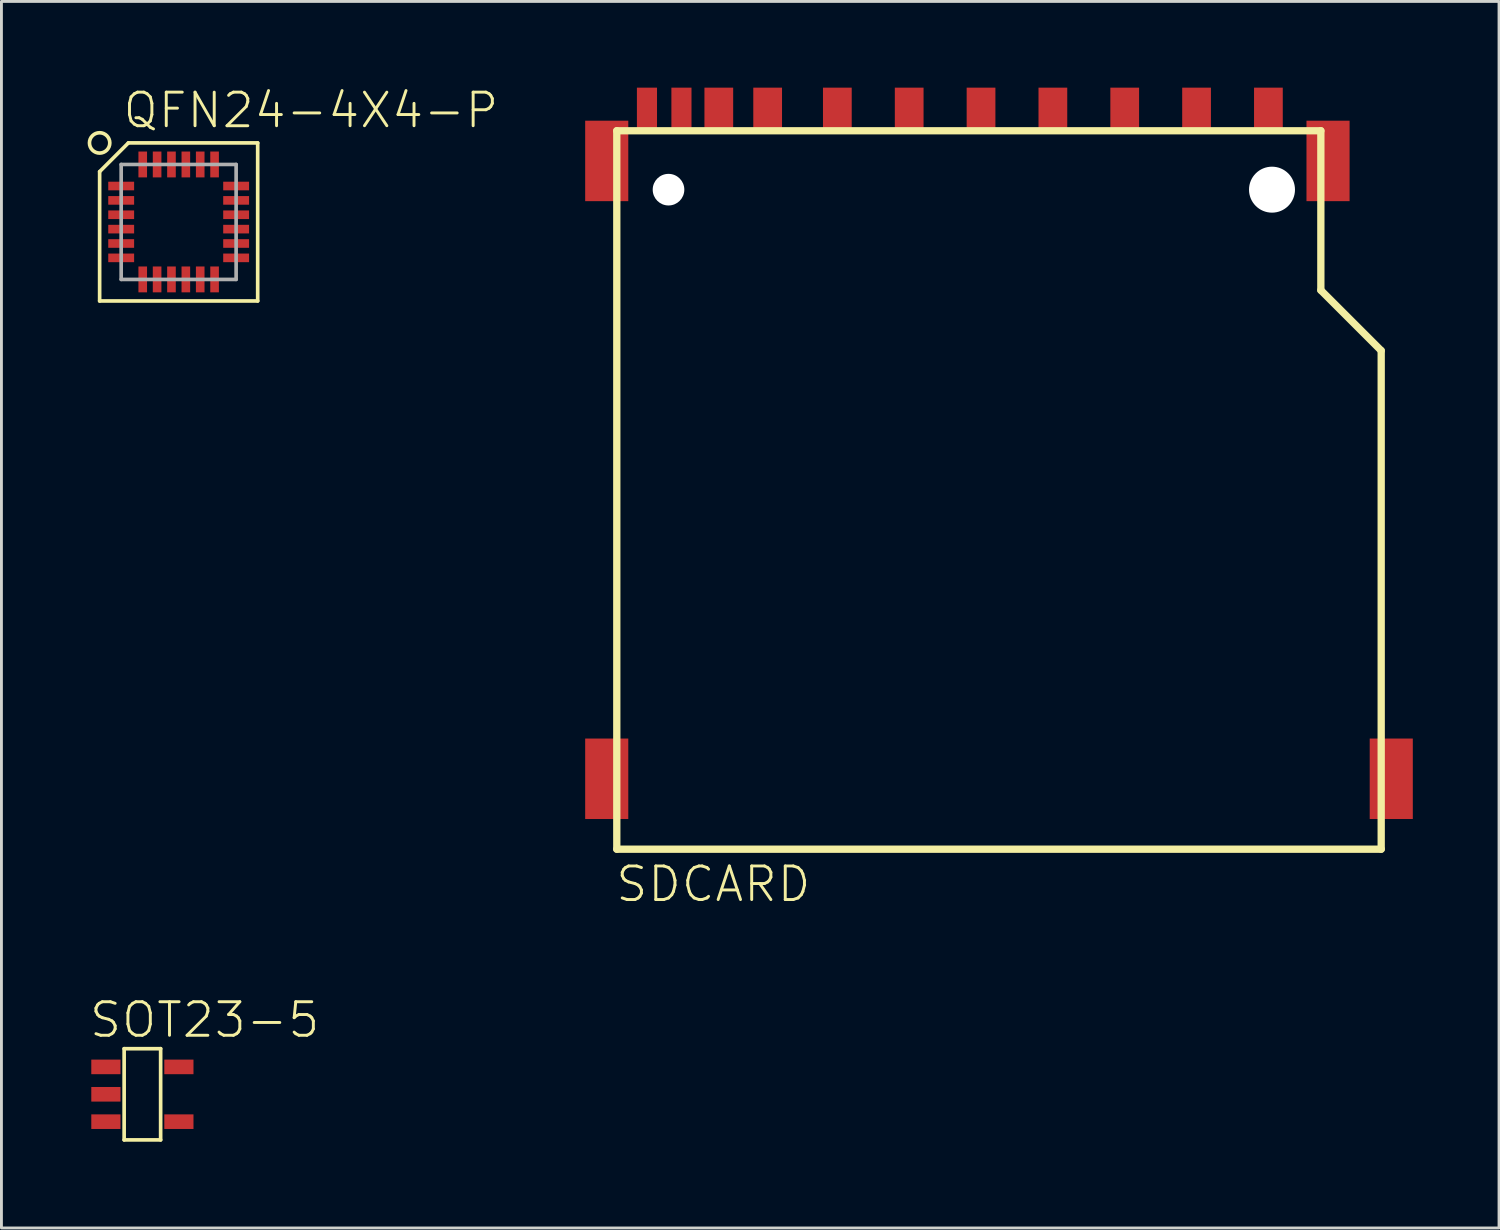
<source format=kicad_pcb>
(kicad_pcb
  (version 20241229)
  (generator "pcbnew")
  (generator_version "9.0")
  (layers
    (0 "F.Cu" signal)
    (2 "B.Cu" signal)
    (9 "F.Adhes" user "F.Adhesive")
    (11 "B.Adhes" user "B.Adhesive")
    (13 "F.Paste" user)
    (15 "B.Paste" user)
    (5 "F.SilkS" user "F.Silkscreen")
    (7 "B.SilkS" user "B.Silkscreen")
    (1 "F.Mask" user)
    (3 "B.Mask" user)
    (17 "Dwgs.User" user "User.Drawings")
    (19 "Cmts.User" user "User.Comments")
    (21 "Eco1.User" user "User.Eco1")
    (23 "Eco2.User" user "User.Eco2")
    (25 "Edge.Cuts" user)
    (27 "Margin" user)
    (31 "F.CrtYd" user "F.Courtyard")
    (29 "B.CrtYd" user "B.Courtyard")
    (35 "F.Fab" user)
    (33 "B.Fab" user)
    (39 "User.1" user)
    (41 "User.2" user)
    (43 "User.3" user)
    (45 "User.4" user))
  (footprint "SDCARD"
    (layer "F.Cu")
    (at 31.713 1.5)
    (property "Reference" "SDCARD" (at -13.4 26.9 0) (unlocked yes) (layer "F.SilkS") (effects (font (size 1.168 1.168) (thickness 0.102)) (justify left bottom)))
    (fp_line (start -13.3 0) (end -13.3 25) (stroke (width 0.254) (type solid)) (layer "F.SilkS"))
    (fp_line (start -13.3 25) (end 13.3 25) (stroke (width 0.254) (type solid)) (layer "F.SilkS"))
    (fp_line (start 11.2 0) (end -13.3 0) (stroke (width 0.254) (type solid)) (layer "F.SilkS"))
    (fp_line (start 11.2 0) (end 11.2 5.55) (stroke (width 0.254) (type solid)) (layer "F.SilkS"))
    (fp_line (start 11.2 5.55) (end 13.3 7.65) (stroke (width 0.254) (type solid)) (layer "F.SilkS"))
    (fp_line (start 13.3 25) (end 13.3 7.65) (stroke (width 0.254) (type solid)) (layer "F.SilkS"))
    (pad "" np_thru_hole circle (at -11.5 2.05) (size 1.1 1.1) (drill 1.1) (layers "*.Cu" "*.Mask"))
    (pad "" np_thru_hole circle (at 9.5 2.05) (size 1.6 1.6) (drill 1.6) (layers "*.Cu" "*.Mask"))
    (pad "1" smd rect (at 6.875 -0.75) (size 1 1.5) (layers "F.Cu" "F.Mask" "F.Paste"))
    (pad "2" smd rect (at 4.375 -0.75) (size 1 1.5) (layers "F.Cu" "F.Mask" "F.Paste"))
    (pad "3" smd rect (at 1.875 -0.75) (size 1 1.5) (layers "F.Cu" "F.Mask" "F.Paste"))
    (pad "4" smd rect (at -0.625 -0.75) (size 1 1.5) (layers "F.Cu" "F.Mask" "F.Paste"))
    (pad "5" smd rect (at -3.125 -0.75) (size 1 1.5) (layers "F.Cu" "F.Mask" "F.Paste"))
    (pad "6" smd rect (at -5.625 -0.75) (size 1 1.5) (layers "F.Cu" "F.Mask" "F.Paste"))
    (pad "7" smd rect (at -8.05 -0.75) (size 1 1.5) (layers "F.Cu" "F.Mask" "F.Paste"))
    (pad "8" smd rect (at -9.75 -0.75) (size 1 1.5) (layers "F.Cu" "F.Mask" "F.Paste"))
    (pad "9" smd rect (at 9.375 -0.75) (size 1 1.5) (layers "F.Cu" "F.Mask" "F.Paste"))
    (pad "CD" smd rect (at -11.05 -0.75) (size 0.7 1.5) (layers "F.Cu" "F.Mask" "F.Paste"))
    (pad "COM1" smd rect (at -13.65 1.05 90) (size 2.8 1.5) (layers "F.Cu" "F.Mask" "F.Paste"))
    (pad "COM2" smd rect (at 11.45 1.05 90) (size 2.8 1.5) (layers "F.Cu" "F.Mask" "F.Paste"))
    (pad "COM3" smd rect (at -13.65 22.55 90) (size 2.8 1.5) (layers "F.Cu" "F.Mask" "F.Paste"))
    (pad "COM4" smd rect (at 13.65 22.55 90) (size 2.8 1.5) (layers "F.Cu" "F.Mask" "F.Paste"))
    (pad "WP" smd rect (at -12.25 -0.75) (size 0.7 1.5) (layers "F.Cu" "F.Mask" "F.Paste")))
  (footprint "SOT23-5"
    (layer "F.Cu")
    (at 1.905 35.029)
    (property "Reference" "SOT23-5" (at -1.905 -1.905 0) (unlocked yes) (layer "F.SilkS") (effects (font (size 1.168 1.168) (thickness 0.102)) (justify left bottom)))
    (fp_line (start -0.635 -1.587) (end 0.635 -1.587) (stroke (width 0.127) (type solid)) (layer "F.SilkS"))
    (fp_line (start -0.635 1.587) (end -0.635 -1.587) (stroke (width 0.127) (type solid)) (layer "F.SilkS"))
    (fp_line (start 0.635 -1.587) (end 0.635 1.587) (stroke (width 0.127) (type solid)) (layer "F.SilkS"))
    (fp_line (start 0.635 1.587) (end -0.635 1.587) (stroke (width 0.127) (type solid)) (layer "F.SilkS"))
    (pad "1" smd rect (at -1.27 -0.953) (size 1.016 0.508) (layers "F.Cu" "F.Mask" "F.Paste"))
    (pad "2" smd rect (at -1.27 0) (size 1.016 0.508) (layers "F.Cu" "F.Mask" "F.Paste"))
    (pad "3" smd rect (at -1.27 0.953) (size 1.016 0.508) (layers "F.Cu" "F.Mask" "F.Paste"))
    (pad "4" smd rect (at 1.27 0.953) (size 1.016 0.508) (layers "F.Cu" "F.Mask" "F.Paste"))
    (pad "5" smd rect (at 1.27 -0.953) (size 1.016 0.508) (layers "F.Cu" "F.Mask" "F.Paste")))
  (footprint "QFN24-4X4-P"
    (layer "F.Cu")
    (at 3.167 4.673)
    (property "Reference" "QFN24-4X4-P" (at -2 -3.2 0) (unlocked yes) (layer "F.SilkS") (effects (font (size 1.168 1.168) (thickness 0.102)) (justify left bottom)))
    (fp_poly (pts (xy -1.5 -1.05) (xy -1.5 -1.45) (xy -2.5 -1.45) (xy -2.5 -1.05)) (stroke (width 0) (type default)) (fill yes) (layer "F.Mask"))
    (fp_poly (pts (xy -1.5 -0.55) (xy -1.5 -0.95) (xy -2.5 -0.95) (xy -2.5 -0.55)) (stroke (width 0) (type default)) (fill yes) (layer "F.Mask"))
    (fp_poly (pts (xy -1.5 -0.05) (xy -1.5 -0.45) (xy -2.5 -0.45) (xy -2.5 -0.05)) (stroke (width 0) (type default)) (fill yes) (layer "F.Mask"))
    (fp_poly (pts (xy -1.5 0.45) (xy -1.5 0.05) (xy -2.5 0.05) (xy -2.5 0.45)) (stroke (width 0) (type default)) (fill yes) (layer "F.Mask"))
    (fp_poly (pts (xy -1.5 0.95) (xy -1.5 0.55) (xy -2.5 0.55) (xy -2.5 0.95)) (stroke (width 0) (type default)) (fill yes) (layer "F.Mask"))
    (fp_poly (pts (xy -1.5 1.45) (xy -1.5 1.05) (xy -2.5 1.05) (xy -2.5 1.45)) (stroke (width 0) (type default)) (fill yes) (layer "F.Mask"))
    (fp_poly (pts (xy -1.45 -1.5) (xy -1.05 -1.5) (xy -1.05 -2.5) (xy -1.45 -2.5)) (stroke (width 0) (type default)) (fill yes) (layer "F.Mask"))
    (fp_poly (pts (xy -1.05 1.5) (xy -1.45 1.5) (xy -1.45 2.5) (xy -1.05 2.5)) (stroke (width 0) (type default)) (fill yes) (layer "F.Mask"))
    (fp_poly (pts (xy -0.95 -1.5) (xy -0.55 -1.5) (xy -0.55 -2.5) (xy -0.95 -2.5)) (stroke (width 0) (type default)) (fill yes) (layer "F.Mask"))
    (fp_poly (pts (xy -0.55 1.5) (xy -0.95 1.5) (xy -0.95 2.5) (xy -0.55 2.5)) (stroke (width 0) (type default)) (fill yes) (layer "F.Mask"))
    (fp_poly (pts (xy -0.45 -1.5) (xy -0.05 -1.5) (xy -0.05 -2.5) (xy -0.45 -2.5)) (stroke (width 0) (type default)) (fill yes) (layer "F.Mask"))
    (fp_poly (pts (xy -0.05 1.5) (xy -0.45 1.5) (xy -0.45 2.5) (xy -0.05 2.5)) (stroke (width 0) (type default)) (fill yes) (layer "F.Mask"))
    (fp_poly (pts (xy 0.05 -1.5) (xy 0.45 -1.5) (xy 0.45 -2.5) (xy 0.05 -2.5)) (stroke (width 0) (type default)) (fill yes) (layer "F.Mask"))
    (fp_poly (pts (xy 0.45 1.5) (xy 0.05 1.5) (xy 0.05 2.5) (xy 0.45 2.5)) (stroke (width 0) (type default)) (fill yes) (layer "F.Mask"))
    (fp_poly (pts (xy 0.55 -1.5) (xy 0.95 -1.5) (xy 0.95 -2.5) (xy 0.55 -2.5)) (stroke (width 0) (type default)) (fill yes) (layer "F.Mask"))
    (fp_poly (pts (xy 0.95 1.5) (xy 0.55 1.5) (xy 0.55 2.5) (xy 0.95 2.5)) (stroke (width 0) (type default)) (fill yes) (layer "F.Mask"))
    (fp_poly (pts (xy 1.05 -1.5) (xy 1.45 -1.5) (xy 1.45 -2.5) (xy 1.05 -2.5)) (stroke (width 0) (type default)) (fill yes) (layer "F.Mask"))
    (fp_poly (pts (xy 1.45 1.5) (xy 1.05 1.5) (xy 1.05 2.5) (xy 1.45 2.5)) (stroke (width 0) (type default)) (fill yes) (layer "F.Mask"))
    (fp_poly (pts (xy 1.5 -1.45) (xy 1.5 -1.05) (xy 2.5 -1.05) (xy 2.5 -1.45)) (stroke (width 0) (type default)) (fill yes) (layer "F.Mask"))
    (fp_poly (pts (xy 1.5 -0.95) (xy 1.5 -0.55) (xy 2.5 -0.55) (xy 2.5 -0.95)) (stroke (width 0) (type default)) (fill yes) (layer "F.Mask"))
    (fp_poly (pts (xy 1.5 -0.45) (xy 1.5 -0.05) (xy 2.5 -0.05) (xy 2.5 -0.45)) (stroke (width 0) (type default)) (fill yes) (layer "F.Mask"))
    (fp_poly (pts (xy 1.5 0.05) (xy 1.5 0.45) (xy 2.5 0.45) (xy 2.5 0.05)) (stroke (width 0) (type default)) (fill yes) (layer "F.Mask"))
    (fp_poly (pts (xy 1.5 0.55) (xy 1.5 0.95) (xy 2.5 0.95) (xy 2.5 0.55)) (stroke (width 0) (type default)) (fill yes) (layer "F.Mask"))
    (fp_poly (pts (xy 1.5 1.05) (xy 1.5 1.45) (xy 2.5 1.45) (xy 2.5 1.05)) (stroke (width 0) (type default)) (fill yes) (layer "F.Mask"))
    (fp_line (start -2.75 -1.75) (end -1.75 -2.75) (stroke (width 0.127) (type solid)) (layer "F.SilkS"))
    (fp_line (start -2.75 2.75) (end -2.75 -1.75) (stroke (width 0.127) (type solid)) (layer "F.SilkS"))
    (fp_line (start -1.75 -2.75) (end 2.75 -2.75) (stroke (width 0.127) (type solid)) (layer "F.SilkS"))
    (fp_line (start 2.75 -2.75) (end 2.75 2.75) (stroke (width 0.127) (type solid)) (layer "F.SilkS"))
    (fp_line (start 2.75 2.75) (end -2.75 2.75) (stroke (width 0.127) (type solid)) (layer "F.SilkS"))
    (fp_circle (center -2.75 -2.75) (end -2.396 -2.75) (stroke (width 0.127) (type solid)) (fill no) (layer "F.SilkS"))
    (fp_poly (pts (xy -1.55 -1.1) (xy -1.55 -1.4) (xy -2.35 -1.4) (xy -2.35 -1.1)) (stroke (width 0) (type default)) (fill yes) (layer "F.Paste"))
    (fp_poly (pts (xy -1.55 -0.6) (xy -1.55 -0.9) (xy -2.35 -0.9) (xy -2.35 -0.6)) (stroke (width 0) (type default)) (fill yes) (layer "F.Paste"))
    (fp_poly (pts (xy -1.55 -0.1) (xy -1.55 -0.4) (xy -2.35 -0.4) (xy -2.35 -0.1)) (stroke (width 0) (type default)) (fill yes) (layer "F.Paste"))
    (fp_poly (pts (xy -1.55 0.4) (xy -1.55 0.1) (xy -2.35 0.1) (xy -2.35 0.4)) (stroke (width 0) (type default)) (fill yes) (layer "F.Paste"))
    (fp_poly (pts (xy -1.55 0.9) (xy -1.55 0.6) (xy -2.35 0.6) (xy -2.35 0.9)) (stroke (width 0) (type default)) (fill yes) (layer "F.Paste"))
    (fp_poly (pts (xy -1.55 1.4) (xy -1.55 1.1) (xy -2.35 1.1) (xy -2.35 1.4)) (stroke (width 0) (type default)) (fill yes) (layer "F.Paste"))
    (fp_poly (pts (xy -1.4 -1.55) (xy -1.1 -1.55) (xy -1.1 -2.35) (xy -1.4 -2.35)) (stroke (width 0) (type default)) (fill yes) (layer "F.Paste"))
    (fp_poly (pts (xy -1.1 1.55) (xy -1.4 1.55) (xy -1.4 2.35) (xy -1.1 2.35)) (stroke (width 0) (type default)) (fill yes) (layer "F.Paste"))
    (fp_poly (pts (xy -0.9 -1.55) (xy -0.6 -1.55) (xy -0.6 -2.35) (xy -0.9 -2.35)) (stroke (width 0) (type default)) (fill yes) (layer "F.Paste"))
    (fp_poly (pts (xy -0.6 1.55) (xy -0.9 1.55) (xy -0.9 2.35) (xy -0.6 2.35)) (stroke (width 0) (type default)) (fill yes) (layer "F.Paste"))
    (fp_poly (pts (xy -0.4 -1.55) (xy -0.1 -1.55) (xy -0.1 -2.35) (xy -0.4 -2.35)) (stroke (width 0) (type default)) (fill yes) (layer "F.Paste"))
    (fp_poly (pts (xy -0.1 1.55) (xy -0.4 1.55) (xy -0.4 2.35) (xy -0.1 2.35)) (stroke (width 0) (type default)) (fill yes) (layer "F.Paste"))
    (fp_poly (pts (xy 0.1 -1.55) (xy 0.4 -1.55) (xy 0.4 -2.35) (xy 0.1 -2.35)) (stroke (width 0) (type default)) (fill yes) (layer "F.Paste"))
    (fp_poly (pts (xy 0.4 1.55) (xy 0.1 1.55) (xy 0.1 2.35) (xy 0.4 2.35)) (stroke (width 0) (type default)) (fill yes) (layer "F.Paste"))
    (fp_poly (pts (xy 0.6 -1.55) (xy 0.9 -1.55) (xy 0.9 -2.35) (xy 0.6 -2.35)) (stroke (width 0) (type default)) (fill yes) (layer "F.Paste"))
    (fp_poly (pts (xy 0.9 1.55) (xy 0.6 1.55) (xy 0.6 2.35) (xy 0.9 2.35)) (stroke (width 0) (type default)) (fill yes) (layer "F.Paste"))
    (fp_poly (pts (xy 1.1 -1.55) (xy 1.4 -1.55) (xy 1.4 -2.35) (xy 1.1 -2.35)) (stroke (width 0) (type default)) (fill yes) (layer "F.Paste"))
    (fp_poly (pts (xy 1.4 1.55) (xy 1.1 1.55) (xy 1.1 2.35) (xy 1.4 2.35)) (stroke (width 0) (type default)) (fill yes) (layer "F.Paste"))
    (fp_poly (pts (xy 1.55 -1.4) (xy 1.55 -1.1) (xy 2.35 -1.1) (xy 2.35 -1.4)) (stroke (width 0) (type default)) (fill yes) (layer "F.Paste"))
    (fp_poly (pts (xy 1.55 -0.9) (xy 1.55 -0.6) (xy 2.35 -0.6) (xy 2.35 -0.9)) (stroke (width 0) (type default)) (fill yes) (layer "F.Paste"))
    (fp_poly (pts (xy 1.55 -0.4) (xy 1.55 -0.1) (xy 2.35 -0.1) (xy 2.35 -0.4)) (stroke (width 0) (type default)) (fill yes) (layer "F.Paste"))
    (fp_poly (pts (xy 1.55 0.1) (xy 1.55 0.4) (xy 2.35 0.4) (xy 2.35 0.1)) (stroke (width 0) (type default)) (fill yes) (layer "F.Paste"))
    (fp_poly (pts (xy 1.55 0.6) (xy 1.55 0.9) (xy 2.35 0.9) (xy 2.35 0.6)) (stroke (width 0) (type default)) (fill yes) (layer "F.Paste"))
    (fp_poly (pts (xy 1.55 1.1) (xy 1.55 1.4) (xy 2.35 1.4) (xy 2.35 1.1)) (stroke (width 0) (type default)) (fill yes) (layer "F.Paste"))
    (fp_line (start -2 -2) (end 2 -2) (stroke (width 0.127) (type solid)) (layer "F.Fab"))
    (fp_line (start -2 2) (end -2 -2) (stroke (width 0.127) (type solid)) (layer "F.Fab"))
    (fp_line (start 2 -2) (end 2 2) (stroke (width 0.127) (type solid)) (layer "F.Fab"))
    (fp_line (start 2 2) (end -2 2) (stroke (width 0.127) (type solid)) (layer "F.Fab"))
    (pad "1" smd rect (at -2 -1.25 90) (size 0.3 0.9) (layers "F.Cu"))
    (pad "2" smd rect (at -2 -0.75 90) (size 0.3 0.9) (layers "F.Cu"))
    (pad "3" smd rect (at -2 -0.25 90) (size 0.3 0.9) (layers "F.Cu"))
    (pad "4" smd rect (at -2 0.25 90) (size 0.3 0.9) (layers "F.Cu"))
    (pad "5" smd rect (at -2 0.75 90) (size 0.3 0.9) (layers "F.Cu"))
    (pad "6" smd rect (at -2 1.25 90) (size 0.3 0.9) (layers "F.Cu"))
    (pad "7" smd rect (at -1.25 2 180) (size 0.3 0.9) (layers "F.Cu"))
    (pad "8" smd rect (at -0.75 2 180) (size 0.3 0.9) (layers "F.Cu"))
    (pad "9" smd rect (at -0.25 2 180) (size 0.3 0.9) (layers "F.Cu"))
    (pad "10" smd rect (at 0.25 2 180) (size 0.3 0.9) (layers "F.Cu"))
    (pad "11" smd rect (at 0.75 2 180) (size 0.3 0.9) (layers "F.Cu"))
    (pad "12" smd rect (at 1.25 2 180) (size 0.3 0.9) (layers "F.Cu"))
    (pad "13" smd rect (at 2 1.25 270) (size 0.3 0.9) (layers "F.Cu"))
    (pad "14" smd rect (at 2 0.75 270) (size 0.3 0.9) (layers "F.Cu"))
    (pad "15" smd rect (at 2 0.25 270) (size 0.3 0.9) (layers "F.Cu"))
    (pad "16" smd rect (at 2 -0.25 270) (size 0.3 0.9) (layers "F.Cu"))
    (pad "17" smd rect (at 2 -0.75 270) (size 0.3 0.9) (layers "F.Cu"))
    (pad "18" smd rect (at 2 -1.25 270) (size 0.3 0.9) (layers "F.Cu"))
    (pad "19" smd rect (at 1.25 -2) (size 0.3 0.9) (layers "F.Cu"))
    (pad "20" smd rect (at 0.75 -2) (size 0.3 0.9) (layers "F.Cu"))
    (pad "21" smd rect (at 0.25 -2) (size 0.3 0.9) (layers "F.Cu"))
    (pad "22" smd rect (at -0.25 -2) (size 0.3 0.9) (layers "F.Cu"))
    (pad "23" smd rect (at -0.75 -2) (size 0.3 0.9) (layers "F.Cu"))
    (pad "24" smd rect (at -1.25 -2) (size 0.3 0.9) (layers "F.Cu"))
    (zone (net_name "") (layer "F.Cu") (hatch edge 0.5) (connect_pads) (min_thickness 0.25) (filled_areas_thickness no) (keepout (tracks not_allowed) (vias not_allowed) (pads not_allowed) (copperpour not_allowed) (footprints allowed)) (placement (enabled no)) (fill) (polygon (pts (xy 1.767 6.073) (xy 4.567 6.073) (xy 4.567 3.273) (xy 1.767 3.273)))))
  (gr_rect
    (start -3 -3)
    (end 49.113 39.68)
    (stroke (width 0.1) (type default))
    (fill no)
    (layer "Edge.Cuts")))
</source>
